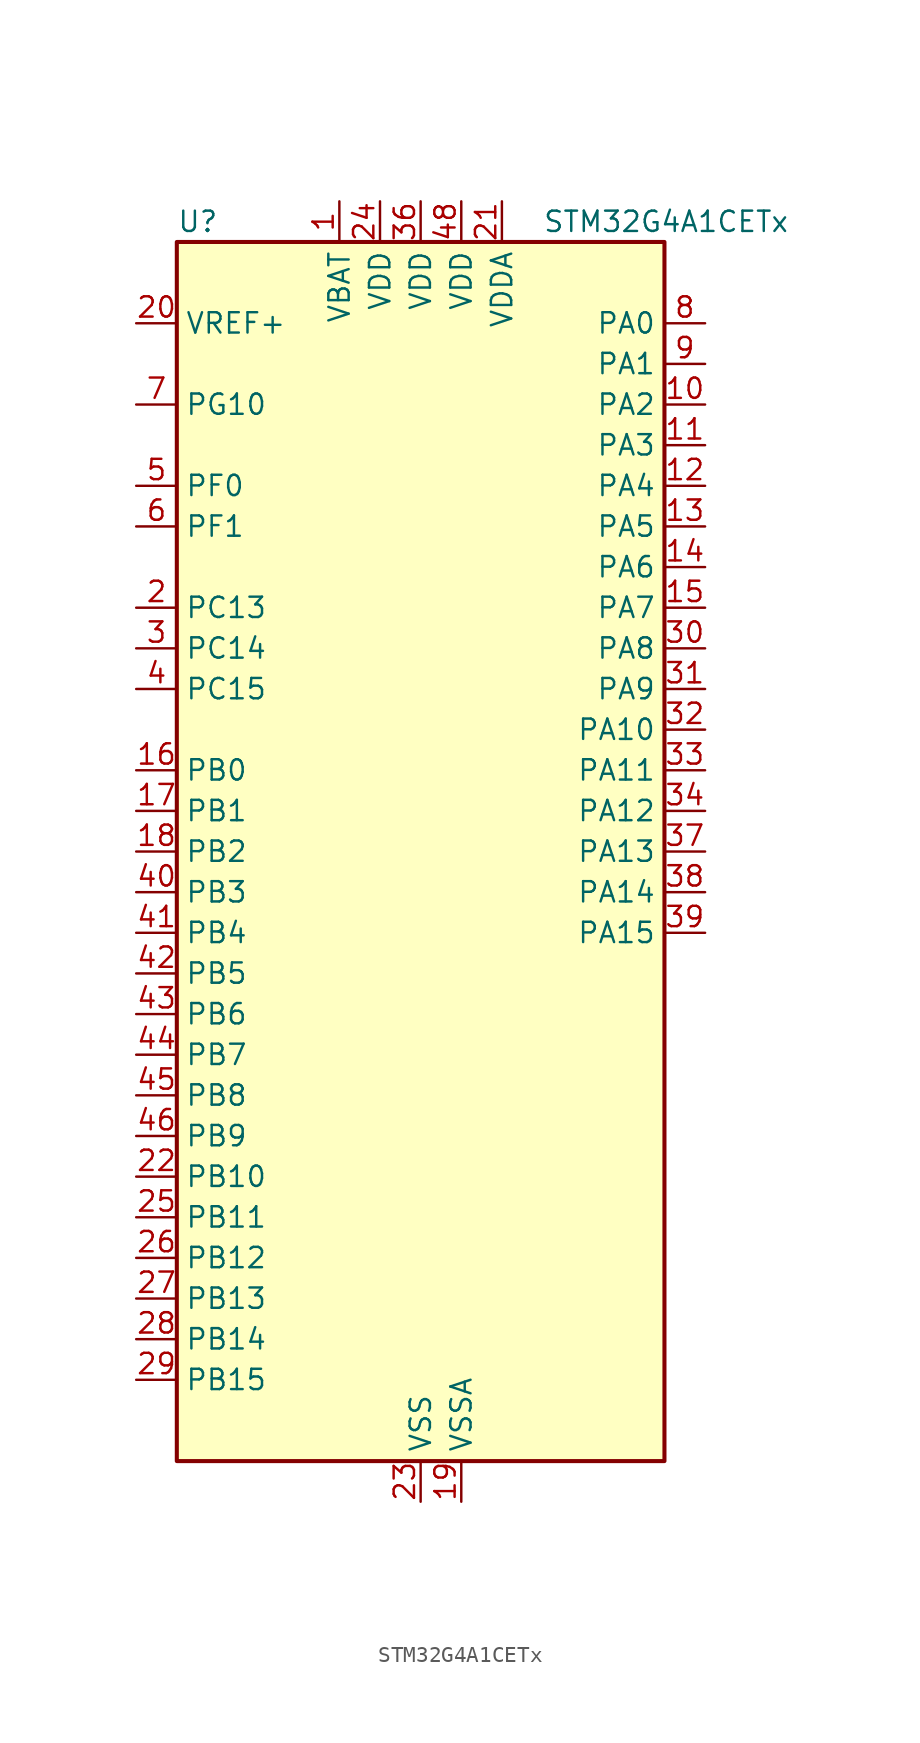
<source format=kicad_sym>
(kicad_symbol_lib
  (version 20241209)
  (generator "kicad_symbol_editor")
  (generator_version "9.0")
  (symbol "STM32G4A1CETx"
    (property "Reference" "U"
      (at -15.24 39.37 0)
      (effects (font (size 1.27 1.27)) (justify left)))
    (property "Value" "STM32G4A1CETx"
      (at 7.62 39.37 0)
      (effects (font (size 1.27 1.27)) (justify left)))
    (symbol "STM32G4A1CETx_0_1"
      (rectangle (start -15.24 -38.1) (end 15.24 38.1) (stroke (width 0.254) (type default)) (fill (type background))))
    (symbol "STM32G4A1CETx_1_1"
      (pin input line (at -17.78 33.02 0) (length 2.54) (name "VREF+" (effects (font (size 1.27 1.27)))) (number "20" (effects (font (size 1.27 1.27)))) (alternate "VREFBUF_OUT" bidirectional line))
      (pin bidirectional line (at -17.78 27.94 0) (length 2.54) (name "PG10" (effects (font (size 1.27 1.27)))) (number "7" (effects (font (size 1.27 1.27)))) (alternate "DAC1_EXTI10" bidirectional line) (alternate "DAC3_EXTI10" bidirectional line) (alternate "RCC_MCO" bidirectional line))
      (pin bidirectional line (at -17.78 22.86 0) (length 2.54) (name "PF0" (effects (font (size 1.27 1.27)))) (number "5" (effects (font (size 1.27 1.27)))) (alternate "ADC1_IN10" bidirectional line) (alternate "I2C2_SDA" bidirectional line) (alternate "I2S2_WS" bidirectional line) (alternate "RCC_OSC_IN" bidirectional line) (alternate "SPI2_NSS" bidirectional line) (alternate "TIM1_CH3N" bidirectional line))
      (pin bidirectional line (at -17.78 20.32 0) (length 2.54) (name "PF1" (effects (font (size 1.27 1.27)))) (number "6" (effects (font (size 1.27 1.27)))) (alternate "ADC2_IN10" bidirectional line) (alternate "COMP3_INM" bidirectional line) (alternate "I2S2_CK" bidirectional line) (alternate "RCC_OSC_OUT" bidirectional line) (alternate "SPI2_SCK" bidirectional line))
      (pin bidirectional line (at -17.78 15.24 0) (length 2.54) (name "PC13" (effects (font (size 1.27 1.27)))) (number "2" (effects (font (size 1.27 1.27)))) (alternate "RTC_OUT1" bidirectional line) (alternate "RTC_TAMP1" bidirectional line) (alternate "RTC_TS" bidirectional line) (alternate "SYS_WKUP2" bidirectional line) (alternate "TIM1_BKIN" bidirectional line) (alternate "TIM1_CH1N" bidirectional line) (alternate "TIM8_CH4N" bidirectional line))
      (pin bidirectional line (at -17.78 12.7 0) (length 2.54) (name "PC14" (effects (font (size 1.27 1.27)))) (number "3" (effects (font (size 1.27 1.27)))) (alternate "RCC_OSC32_IN" bidirectional line))
      (pin bidirectional line (at -17.78 10.16 0) (length 2.54) (name "PC15" (effects (font (size 1.27 1.27)))) (number "4" (effects (font (size 1.27 1.27)))) (alternate "ADC1_EXTI15" bidirectional line) (alternate "ADC2_EXTI15" bidirectional line) (alternate "RCC_OSC32_OUT" bidirectional line))
      (pin bidirectional line (at -17.78 5.08 0) (length 2.54) (name "PB0" (effects (font (size 1.27 1.27)))) (number "16" (effects (font (size 1.27 1.27)))) (alternate "ADC1_IN15" bidirectional line) (alternate "ADC3_IN12" bidirectional line) (alternate "COMP4_INP" bidirectional line) (alternate "OPAMP2_VINP" bidirectional line) (alternate "OPAMP2_VINP_SEC" bidirectional line) (alternate "OPAMP3_VINP" bidirectional line) (alternate "OPAMP3_VINP_SEC" bidirectional line) (alternate "QUADSPI1_BK1_IO1" bidirectional line) (alternate "TIM1_CH2N" bidirectional line) (alternate "TIM3_CH3" bidirectional line) (alternate "TIM8_CH2N" bidirectional line) (alternate "UCPD1_FRSTX1" bidirectional line) (alternate "UCPD1_FRSTX2" bidirectional line))
      (pin bidirectional line (at -17.78 2.54 0) (length 2.54) (name "PB1" (effects (font (size 1.27 1.27)))) (number "17" (effects (font (size 1.27 1.27)))) (alternate "ADC1_IN12" bidirectional line) (alternate "ADC3_IN1" bidirectional line) (alternate "COMP1_INP" bidirectional line) (alternate "COMP4_OUT" bidirectional line) (alternate "LPUART1_DE" bidirectional line) (alternate "LPUART1_RTS" bidirectional line) (alternate "OPAMP3_VOUT" bidirectional line) (alternate "OPAMP6_VINM" bidirectional line) (alternate "OPAMP6_VINM1" bidirectional line) (alternate "OPAMP6_VINM_SEC" bidirectional line) (alternate "QUADSPI1_BK1_IO0" bidirectional line) (alternate "TIM1_CH3N" bidirectional line) (alternate "TIM3_CH4" bidirectional line) (alternate "TIM8_CH3N" bidirectional line))
      (pin bidirectional line (at -17.78 0 0) (length 2.54) (name "PB2" (effects (font (size 1.27 1.27)))) (number "18" (effects (font (size 1.27 1.27)))) (alternate "ADC2_IN12" bidirectional line) (alternate "ADC3_EXTI2" bidirectional line) (alternate "COMP4_INM" bidirectional line) (alternate "I2C3_SMBA" bidirectional line) (alternate "LPTIM1_OUT" bidirectional line) (alternate "OPAMP3_VINM" bidirectional line) (alternate "OPAMP3_VINM0" bidirectional line) (alternate "OPAMP3_VINM_SEC" bidirectional line) (alternate "QUADSPI1_BK2_IO1" bidirectional line) (alternate "RTC_OUT2" bidirectional line) (alternate "TIM20_CH1" bidirectional line))
      (pin bidirectional line (at -17.78 -2.54 0) (length 2.54) (name "PB3" (effects (font (size 1.27 1.27)))) (number "40" (effects (font (size 1.27 1.27)))) (alternate "ADC3_EXTI3" bidirectional line) (alternate "CRS_SYNC" bidirectional line) (alternate "I2S3_CK" bidirectional line) (alternate "SAI1_SCK_B" bidirectional line) (alternate "SPI1_SCK" bidirectional line) (alternate "SPI3_SCK" bidirectional line) (alternate "SYS_JTDO-SWO" bidirectional line) (alternate "TIM2_CH2" bidirectional line) (alternate "TIM3_ETR" bidirectional line) (alternate "TIM4_ETR" bidirectional line) (alternate "TIM8_CH1N" bidirectional line) (alternate "USART2_TX" bidirectional line))
      (pin bidirectional line (at -17.78 -5.08 0) (length 2.54) (name "PB4" (effects (font (size 1.27 1.27)))) (number "41" (effects (font (size 1.27 1.27)))) (alternate "SAI1_MCLK_B" bidirectional line) (alternate "SPI1_MISO" bidirectional line) (alternate "SPI3_MISO" bidirectional line) (alternate "SYS_JTRST" bidirectional line) (alternate "TIM16_CH1" bidirectional line) (alternate "TIM17_BKIN" bidirectional line) (alternate "TIM3_CH1" bidirectional line) (alternate "TIM8_CH2N" bidirectional line) (alternate "UCPD1_CC2" bidirectional line) (alternate "USART2_RX" bidirectional line))
      (pin bidirectional line (at -17.78 -7.62 0) (length 2.54) (name "PB5" (effects (font (size 1.27 1.27)))) (number "42" (effects (font (size 1.27 1.27)))) (alternate "FDCAN2_RX" bidirectional line) (alternate "I2C1_SMBA" bidirectional line) (alternate "I2C3_SDA" bidirectional line) (alternate "I2S3_SD" bidirectional line) (alternate "LPTIM1_IN1" bidirectional line) (alternate "SAI1_SD_B" bidirectional line) (alternate "SPI1_MOSI" bidirectional line) (alternate "SPI3_MOSI" bidirectional line) (alternate "TIM16_BKIN" bidirectional line) (alternate "TIM17_CH1" bidirectional line) (alternate "TIM3_CH2" bidirectional line) (alternate "TIM8_CH3N" bidirectional line) (alternate "USART2_CK" bidirectional line))
      (pin bidirectional line (at -17.78 -10.16 0) (length 2.54) (name "PB6" (effects (font (size 1.27 1.27)))) (number "43" (effects (font (size 1.27 1.27)))) (alternate "COMP4_OUT" bidirectional line) (alternate "FDCAN2_TX" bidirectional line) (alternate "LPTIM1_ETR" bidirectional line) (alternate "SAI1_FS_B" bidirectional line) (alternate "TIM16_CH1N" bidirectional line) (alternate "TIM4_CH1" bidirectional line) (alternate "TIM8_BKIN2" bidirectional line) (alternate "TIM8_CH1" bidirectional line) (alternate "TIM8_ETR" bidirectional line) (alternate "UCPD1_CC1" bidirectional line) (alternate "USART1_TX" bidirectional line))
      (pin bidirectional line (at -17.78 -12.7 0) (length 2.54) (name "PB7" (effects (font (size 1.27 1.27)))) (number "44" (effects (font (size 1.27 1.27)))) (alternate "COMP3_OUT" bidirectional line) (alternate "I2C1_SDA" bidirectional line) (alternate "LPTIM1_IN2" bidirectional line) (alternate "SYS_PVD_IN" bidirectional line) (alternate "TIM17_CH1N" bidirectional line) (alternate "TIM3_CH4" bidirectional line) (alternate "TIM4_CH2" bidirectional line) (alternate "TIM8_BKIN" bidirectional line) (alternate "USART1_RX" bidirectional line))
      (pin bidirectional line (at -17.78 -15.24 0) (length 2.54) (name "PB8" (effects (font (size 1.27 1.27)))) (number "45" (effects (font (size 1.27 1.27)))) (alternate "COMP1_OUT" bidirectional line) (alternate "FDCAN1_RX" bidirectional line) (alternate "I2C1_SCL" bidirectional line) (alternate "SAI1_CK1" bidirectional line) (alternate "SAI1_MCLK_A" bidirectional line) (alternate "TIM16_CH1" bidirectional line) (alternate "TIM1_BKIN" bidirectional line) (alternate "TIM4_CH3" bidirectional line) (alternate "TIM8_CH2" bidirectional line) (alternate "USART3_RX" bidirectional line))
      (pin bidirectional line (at -17.78 -17.78 0) (length 2.54) (name "PB9" (effects (font (size 1.27 1.27)))) (number "46" (effects (font (size 1.27 1.27)))) (alternate "COMP2_OUT" bidirectional line) (alternate "DAC1_EXTI9" bidirectional line) (alternate "DAC3_EXTI9" bidirectional line) (alternate "FDCAN1_TX" bidirectional line) (alternate "I2C1_SDA" bidirectional line) (alternate "IR_OUT" bidirectional line) (alternate "SAI1_D2" bidirectional line) (alternate "SAI1_FS_A" bidirectional line) (alternate "TIM17_CH1" bidirectional line) (alternate "TIM1_CH3N" bidirectional line) (alternate "TIM4_CH4" bidirectional line) (alternate "TIM8_CH3" bidirectional line) (alternate "USART3_TX" bidirectional line))
      (pin bidirectional line (at -17.78 -20.32 0) (length 2.54) (name "PB10" (effects (font (size 1.27 1.27)))) (number "22" (effects (font (size 1.27 1.27)))) (alternate "DAC1_EXTI10" bidirectional line) (alternate "DAC3_EXTI10" bidirectional line) (alternate "LPUART1_RX" bidirectional line) (alternate "OPAMP3_VINM" bidirectional line) (alternate "OPAMP3_VINM1" bidirectional line) (alternate "OPAMP3_VINM_SEC" bidirectional line) (alternate "QUADSPI1_CLK" bidirectional line) (alternate "SAI1_SCK_A" bidirectional line) (alternate "TIM1_BKIN" bidirectional line) (alternate "TIM2_CH3" bidirectional line) (alternate "USART3_TX" bidirectional line))
      (pin bidirectional line (at -17.78 -22.86 0) (length 2.54) (name "PB11" (effects (font (size 1.27 1.27)))) (number "25" (effects (font (size 1.27 1.27)))) (alternate "ADC1_EXTI11" bidirectional line) (alternate "ADC1_IN14" bidirectional line) (alternate "ADC2_EXTI11" bidirectional line) (alternate "ADC2_IN14" bidirectional line) (alternate "LPUART1_TX" bidirectional line) (alternate "OPAMP6_VOUT" bidirectional line) (alternate "QUADSPI1_BK1_NCS" bidirectional line) (alternate "TIM2_CH4" bidirectional line) (alternate "USART3_RX" bidirectional line))
      (pin bidirectional line (at -17.78 -25.4 0) (length 2.54) (name "PB12" (effects (font (size 1.27 1.27)))) (number "26" (effects (font (size 1.27 1.27)))) (alternate "ADC1_IN11" bidirectional line) (alternate "FDCAN2_RX" bidirectional line) (alternate "I2C2_SMBA" bidirectional line) (alternate "I2S2_WS" bidirectional line) (alternate "LPUART1_DE" bidirectional line) (alternate "LPUART1_RTS" bidirectional line) (alternate "OPAMP6_VINP" bidirectional line) (alternate "OPAMP6_VINP_SEC" bidirectional line) (alternate "SPI2_NSS" bidirectional line) (alternate "TIM1_BKIN" bidirectional line) (alternate "USART3_CK" bidirectional line))
      (pin bidirectional line (at -17.78 -27.94 0) (length 2.54) (name "PB13" (effects (font (size 1.27 1.27)))) (number "27" (effects (font (size 1.27 1.27)))) (alternate "ADC3_IN5" bidirectional line) (alternate "FDCAN2_TX" bidirectional line) (alternate "I2S2_CK" bidirectional line) (alternate "LPUART1_CTS" bidirectional line) (alternate "OPAMP3_VINP" bidirectional line) (alternate "OPAMP3_VINP_SEC" bidirectional line) (alternate "OPAMP6_VINP" bidirectional line) (alternate "OPAMP6_VINP_SEC" bidirectional line) (alternate "SPI2_SCK" bidirectional line) (alternate "TIM1_CH1N" bidirectional line) (alternate "USART3_CTS" bidirectional line) (alternate "USART3_NSS" bidirectional line))
      (pin bidirectional line (at -17.78 -30.48 0) (length 2.54) (name "PB14" (effects (font (size 1.27 1.27)))) (number "28" (effects (font (size 1.27 1.27)))) (alternate "ADC1_IN5" bidirectional line) (alternate "COMP4_OUT" bidirectional line) (alternate "OPAMP2_VINP" bidirectional line) (alternate "OPAMP2_VINP_SEC" bidirectional line) (alternate "SPI2_MISO" bidirectional line) (alternate "TIM15_CH1" bidirectional line) (alternate "TIM1_CH2N" bidirectional line) (alternate "USART3_DE" bidirectional line) (alternate "USART3_RTS" bidirectional line))
      (pin bidirectional line (at -17.78 -33.02 0) (length 2.54) (name "PB15" (effects (font (size 1.27 1.27)))) (number "29" (effects (font (size 1.27 1.27)))) (alternate "ADC1_EXTI15" bidirectional line) (alternate "ADC2_EXTI15" bidirectional line) (alternate "ADC2_IN15" bidirectional line) (alternate "COMP3_OUT" bidirectional line) (alternate "I2S2_SD" bidirectional line) (alternate "RTC_REFIN" bidirectional line) (alternate "SPI2_MOSI" bidirectional line) (alternate "TIM15_CH1N" bidirectional line) (alternate "TIM15_CH2" bidirectional line) (alternate "TIM1_CH3N" bidirectional line))
      (pin power_in line (at -5.08 40.64 270) (length 2.54) (name "VBAT" (effects (font (size 1.27 1.27)))) (number "1" (effects (font (size 1.27 1.27)))))
      (pin power_in line (at -2.54 40.64 270) (length 2.54) (name "VDD" (effects (font (size 1.27 1.27)))) (number "24" (effects (font (size 1.27 1.27)))))
      (pin power_in line (at 0 40.64 270) (length 2.54) (name "VDD" (effects (font (size 1.27 1.27)))) (number "36" (effects (font (size 1.27 1.27)))))
      (pin power_in line (at 0 -40.64 90) (length 2.54) (name "VSS" (effects (font (size 1.27 1.27)))) (number "23" (effects (font (size 1.27 1.27)))))
      (pin passive line (at 0 -40.64 90) (length 2.54) (hide yes) (name "VSS" (effects (font (size 1.27 1.27)))) (number "35" (effects (font (size 1.27 1.27)))))
      (pin passive line (at 0 -40.64 90) (length 2.54) (hide yes) (name "VSS" (effects (font (size 1.27 1.27)))) (number "47" (effects (font (size 1.27 1.27)))))
      (pin power_in line (at 2.54 40.64 270) (length 2.54) (name "VDD" (effects (font (size 1.27 1.27)))) (number "48" (effects (font (size 1.27 1.27)))))
      (pin power_in line (at 2.54 -40.64 90) (length 2.54) (name "VSSA" (effects (font (size 1.27 1.27)))) (number "19" (effects (font (size 1.27 1.27)))))
      (pin power_in line (at 5.08 40.64 270) (length 2.54) (name "VDDA" (effects (font (size 1.27 1.27)))) (number "21" (effects (font (size 1.27 1.27)))))
      (pin bidirectional line (at 17.78 33.02 180) (length 2.54) (name "PA0" (effects (font (size 1.27 1.27)))) (number "8" (effects (font (size 1.27 1.27)))) (alternate "ADC1_IN1" bidirectional line) (alternate "ADC2_IN1" bidirectional line) (alternate "COMP1_INM" bidirectional line) (alternate "COMP1_OUT" bidirectional line) (alternate "COMP3_INP" bidirectional line) (alternate "RTC_TAMP2" bidirectional line) (alternate "SYS_WKUP1" bidirectional line) (alternate "TIM2_CH1" bidirectional line) (alternate "TIM2_ETR" bidirectional line) (alternate "TIM8_BKIN" bidirectional line) (alternate "TIM8_ETR" bidirectional line) (alternate "USART2_CTS" bidirectional line) (alternate "USART2_NSS" bidirectional line))
      (pin bidirectional line (at 17.78 30.48 180) (length 2.54) (name "PA1" (effects (font (size 1.27 1.27)))) (number "9" (effects (font (size 1.27 1.27)))) (alternate "ADC1_IN2" bidirectional line) (alternate "ADC2_IN2" bidirectional line) (alternate "COMP1_INP" bidirectional line) (alternate "OPAMP1_VINP" bidirectional line) (alternate "OPAMP1_VINP_SEC" bidirectional line) (alternate "OPAMP3_VINP" bidirectional line) (alternate "OPAMP3_VINP_SEC" bidirectional line) (alternate "OPAMP6_VINM" bidirectional line) (alternate "OPAMP6_VINM0" bidirectional line) (alternate "OPAMP6_VINM_SEC" bidirectional line) (alternate "RTC_REFIN" bidirectional line) (alternate "TIM15_CH1N" bidirectional line) (alternate "TIM2_CH2" bidirectional line) (alternate "USART2_DE" bidirectional line) (alternate "USART2_RTS" bidirectional line))
      (pin bidirectional line (at 17.78 27.94 180) (length 2.54) (name "PA2" (effects (font (size 1.27 1.27)))) (number "10" (effects (font (size 1.27 1.27)))) (alternate "ADC1_IN3" bidirectional line) (alternate "ADC3_EXTI2" bidirectional line) (alternate "COMP2_INM" bidirectional line) (alternate "COMP2_OUT" bidirectional line) (alternate "LPUART1_TX" bidirectional line) (alternate "OPAMP1_VOUT" bidirectional line) (alternate "QUADSPI1_BK1_NCS" bidirectional line) (alternate "RCC_LSCO" bidirectional line) (alternate "SYS_WKUP4" bidirectional line) (alternate "TIM15_CH1" bidirectional line) (alternate "TIM2_CH3" bidirectional line) (alternate "UCPD1_FRSTX1" bidirectional line) (alternate "UCPD1_FRSTX2" bidirectional line) (alternate "USART2_TX" bidirectional line))
      (pin bidirectional line (at 17.78 25.4 180) (length 2.54) (name "PA3" (effects (font (size 1.27 1.27)))) (number "11" (effects (font (size 1.27 1.27)))) (alternate "ADC1_IN4" bidirectional line) (alternate "ADC3_EXTI3" bidirectional line) (alternate "COMP2_INP" bidirectional line) (alternate "LPUART1_RX" bidirectional line) (alternate "OPAMP1_VINM" bidirectional line) (alternate "OPAMP1_VINM0" bidirectional line) (alternate "OPAMP1_VINM_SEC" bidirectional line) (alternate "OPAMP1_VINP" bidirectional line) (alternate "OPAMP1_VINP_SEC" bidirectional line) (alternate "QUADSPI1_CLK" bidirectional line) (alternate "SAI1_CK1" bidirectional line) (alternate "SAI1_MCLK_A" bidirectional line) (alternate "TIM15_CH2" bidirectional line) (alternate "TIM2_CH4" bidirectional line) (alternate "USART2_RX" bidirectional line))
      (pin bidirectional line (at 17.78 22.86 180) (length 2.54) (name "PA4" (effects (font (size 1.27 1.27)))) (number "12" (effects (font (size 1.27 1.27)))) (alternate "ADC2_IN17" bidirectional line) (alternate "COMP1_INM" bidirectional line) (alternate "DAC1_OUT1" bidirectional line) (alternate "I2S3_WS" bidirectional line) (alternate "SAI1_FS_B" bidirectional line) (alternate "SPI1_NSS" bidirectional line) (alternate "SPI3_NSS" bidirectional line) (alternate "TIM3_CH2" bidirectional line) (alternate "USART2_CK" bidirectional line))
      (pin bidirectional line (at 17.78 20.32 180) (length 2.54) (name "PA5" (effects (font (size 1.27 1.27)))) (number "13" (effects (font (size 1.27 1.27)))) (alternate "ADC2_IN13" bidirectional line) (alternate "COMP2_INM" bidirectional line) (alternate "DAC1_OUT2" bidirectional line) (alternate "OPAMP2_VINM" bidirectional line) (alternate "OPAMP2_VINM0" bidirectional line) (alternate "OPAMP2_VINM_SEC" bidirectional line) (alternate "SPI1_SCK" bidirectional line) (alternate "TIM2_CH1" bidirectional line) (alternate "TIM2_ETR" bidirectional line) (alternate "UCPD1_FRSTX1" bidirectional line) (alternate "UCPD1_FRSTX2" bidirectional line))
      (pin bidirectional line (at 17.78 17.78 180) (length 2.54) (name "PA6" (effects (font (size 1.27 1.27)))) (number "14" (effects (font (size 1.27 1.27)))) (alternate "ADC2_IN3" bidirectional line) (alternate "COMP1_OUT" bidirectional line) (alternate "LPUART1_CTS" bidirectional line) (alternate "OPAMP2_VOUT" bidirectional line) (alternate "QUADSPI1_BK1_IO3" bidirectional line) (alternate "SPI1_MISO" bidirectional line) (alternate "TIM16_CH1" bidirectional line) (alternate "TIM1_BKIN" bidirectional line) (alternate "TIM3_CH1" bidirectional line) (alternate "TIM8_BKIN" bidirectional line))
      (pin bidirectional line (at 17.78 15.24 180) (length 2.54) (name "PA7" (effects (font (size 1.27 1.27)))) (number "15" (effects (font (size 1.27 1.27)))) (alternate "ADC2_IN4" bidirectional line) (alternate "COMP2_INP" bidirectional line) (alternate "COMP2_OUT" bidirectional line) (alternate "OPAMP1_VINP" bidirectional line) (alternate "OPAMP1_VINP_SEC" bidirectional line) (alternate "OPAMP2_VINP" bidirectional line) (alternate "OPAMP2_VINP_SEC" bidirectional line) (alternate "QUADSPI1_BK1_IO2" bidirectional line) (alternate "SPI1_MOSI" bidirectional line) (alternate "TIM17_CH1" bidirectional line) (alternate "TIM1_CH1N" bidirectional line) (alternate "TIM3_CH2" bidirectional line) (alternate "TIM8_CH1N" bidirectional line) (alternate "UCPD1_FRSTX1" bidirectional line) (alternate "UCPD1_FRSTX2" bidirectional line))
      (pin bidirectional line (at 17.78 12.7 180) (length 2.54) (name "PA8" (effects (font (size 1.27 1.27)))) (number "30" (effects (font (size 1.27 1.27)))) (alternate "I2C2_SDA" bidirectional line) (alternate "I2C3_SCL" bidirectional line) (alternate "I2S2_MCK" bidirectional line) (alternate "RCC_MCO" bidirectional line) (alternate "SAI1_CK2" bidirectional line) (alternate "SAI1_SCK_A" bidirectional line) (alternate "TIM1_CH1" bidirectional line) (alternate "TIM4_ETR" bidirectional line) (alternate "USART1_CK" bidirectional line))
      (pin bidirectional line (at 17.78 10.16 180) (length 2.54) (name "PA9" (effects (font (size 1.27 1.27)))) (number "31" (effects (font (size 1.27 1.27)))) (alternate "DAC1_EXTI9" bidirectional line) (alternate "DAC3_EXTI9" bidirectional line) (alternate "I2C2_SCL" bidirectional line) (alternate "I2C3_SMBA" bidirectional line) (alternate "I2S3_MCK" bidirectional line) (alternate "SAI1_FS_A" bidirectional line) (alternate "TIM15_BKIN" bidirectional line) (alternate "TIM1_CH2" bidirectional line) (alternate "TIM2_CH3" bidirectional line) (alternate "UCPD1_DBCC1" bidirectional line) (alternate "USART1_TX" bidirectional line))
      (pin bidirectional line (at 17.78 7.62 180) (length 2.54) (name "PA10" (effects (font (size 1.27 1.27)))) (number "32" (effects (font (size 1.27 1.27)))) (alternate "CRS_SYNC" bidirectional line) (alternate "DAC1_EXTI10" bidirectional line) (alternate "DAC3_EXTI10" bidirectional line) (alternate "I2C2_SMBA" bidirectional line) (alternate "SAI1_D1" bidirectional line) (alternate "SAI1_SD_A" bidirectional line) (alternate "SPI2_MISO" bidirectional line) (alternate "TIM17_BKIN" bidirectional line) (alternate "TIM1_CH3" bidirectional line) (alternate "TIM2_CH4" bidirectional line) (alternate "TIM8_BKIN" bidirectional line) (alternate "UCPD1_DBCC2" bidirectional line) (alternate "USART1_RX" bidirectional line))
      (pin bidirectional line (at 17.78 5.08 180) (length 2.54) (name "PA11" (effects (font (size 1.27 1.27)))) (number "33" (effects (font (size 1.27 1.27)))) (alternate "ADC1_EXTI11" bidirectional line) (alternate "ADC2_EXTI11" bidirectional line) (alternate "COMP1_OUT" bidirectional line) (alternate "FDCAN1_RX" bidirectional line) (alternate "I2S2_SD" bidirectional line) (alternate "SPI2_MOSI" bidirectional line) (alternate "TIM1_BKIN2" bidirectional line) (alternate "TIM1_CH1N" bidirectional line) (alternate "TIM1_CH4" bidirectional line) (alternate "TIM4_CH1" bidirectional line) (alternate "USART1_CTS" bidirectional line) (alternate "USART1_NSS" bidirectional line) (alternate "USB_DM" bidirectional line))
      (pin bidirectional line (at 17.78 2.54 180) (length 2.54) (name "PA12" (effects (font (size 1.27 1.27)))) (number "34" (effects (font (size 1.27 1.27)))) (alternate "COMP2_OUT" bidirectional line) (alternate "FDCAN1_TX" bidirectional line) (alternate "I2S_CKIN" bidirectional line) (alternate "TIM16_CH1" bidirectional line) (alternate "TIM1_CH2N" bidirectional line) (alternate "TIM1_ETR" bidirectional line) (alternate "TIM4_CH2" bidirectional line) (alternate "USART1_DE" bidirectional line) (alternate "USART1_RTS" bidirectional line) (alternate "USB_DP" bidirectional line))
      (pin bidirectional line (at 17.78 0 180) (length 2.54) (name "PA13" (effects (font (size 1.27 1.27)))) (number "37" (effects (font (size 1.27 1.27)))) (alternate "I2C1_SCL" bidirectional line) (alternate "IR_OUT" bidirectional line) (alternate "SAI1_SD_B" bidirectional line) (alternate "SYS_JTMS-SWDIO" bidirectional line) (alternate "TIM16_CH1N" bidirectional line) (alternate "TIM4_CH3" bidirectional line) (alternate "USART3_CTS" bidirectional line) (alternate "USART3_NSS" bidirectional line))
      (pin bidirectional line (at 17.78 -2.54 180) (length 2.54) (name "PA14" (effects (font (size 1.27 1.27)))) (number "38" (effects (font (size 1.27 1.27)))) (alternate "I2C1_SDA" bidirectional line) (alternate "LPTIM1_OUT" bidirectional line) (alternate "SAI1_FS_B" bidirectional line) (alternate "SYS_JTCK-SWCLK" bidirectional line) (alternate "TIM1_BKIN" bidirectional line) (alternate "TIM8_CH2" bidirectional line) (alternate "USART2_TX" bidirectional line))
      (pin bidirectional line (at 17.78 -5.08 180) (length 2.54) (name "PA15" (effects (font (size 1.27 1.27)))) (number "39" (effects (font (size 1.27 1.27)))) (alternate "ADC1_EXTI15" bidirectional line) (alternate "ADC2_EXTI15" bidirectional line) (alternate "I2C1_SCL" bidirectional line) (alternate "I2S3_WS" bidirectional line) (alternate "SPI1_NSS" bidirectional line) (alternate "SPI3_NSS" bidirectional line) (alternate "SYS_JTDI" bidirectional line) (alternate "TIM1_BKIN" bidirectional line) (alternate "TIM20_ETR" bidirectional line) (alternate "TIM2_CH1" bidirectional line) (alternate "TIM2_ETR" bidirectional line) (alternate "TIM8_CH1" bidirectional line) (alternate "USART2_RX" bidirectional line)))))
</source>
